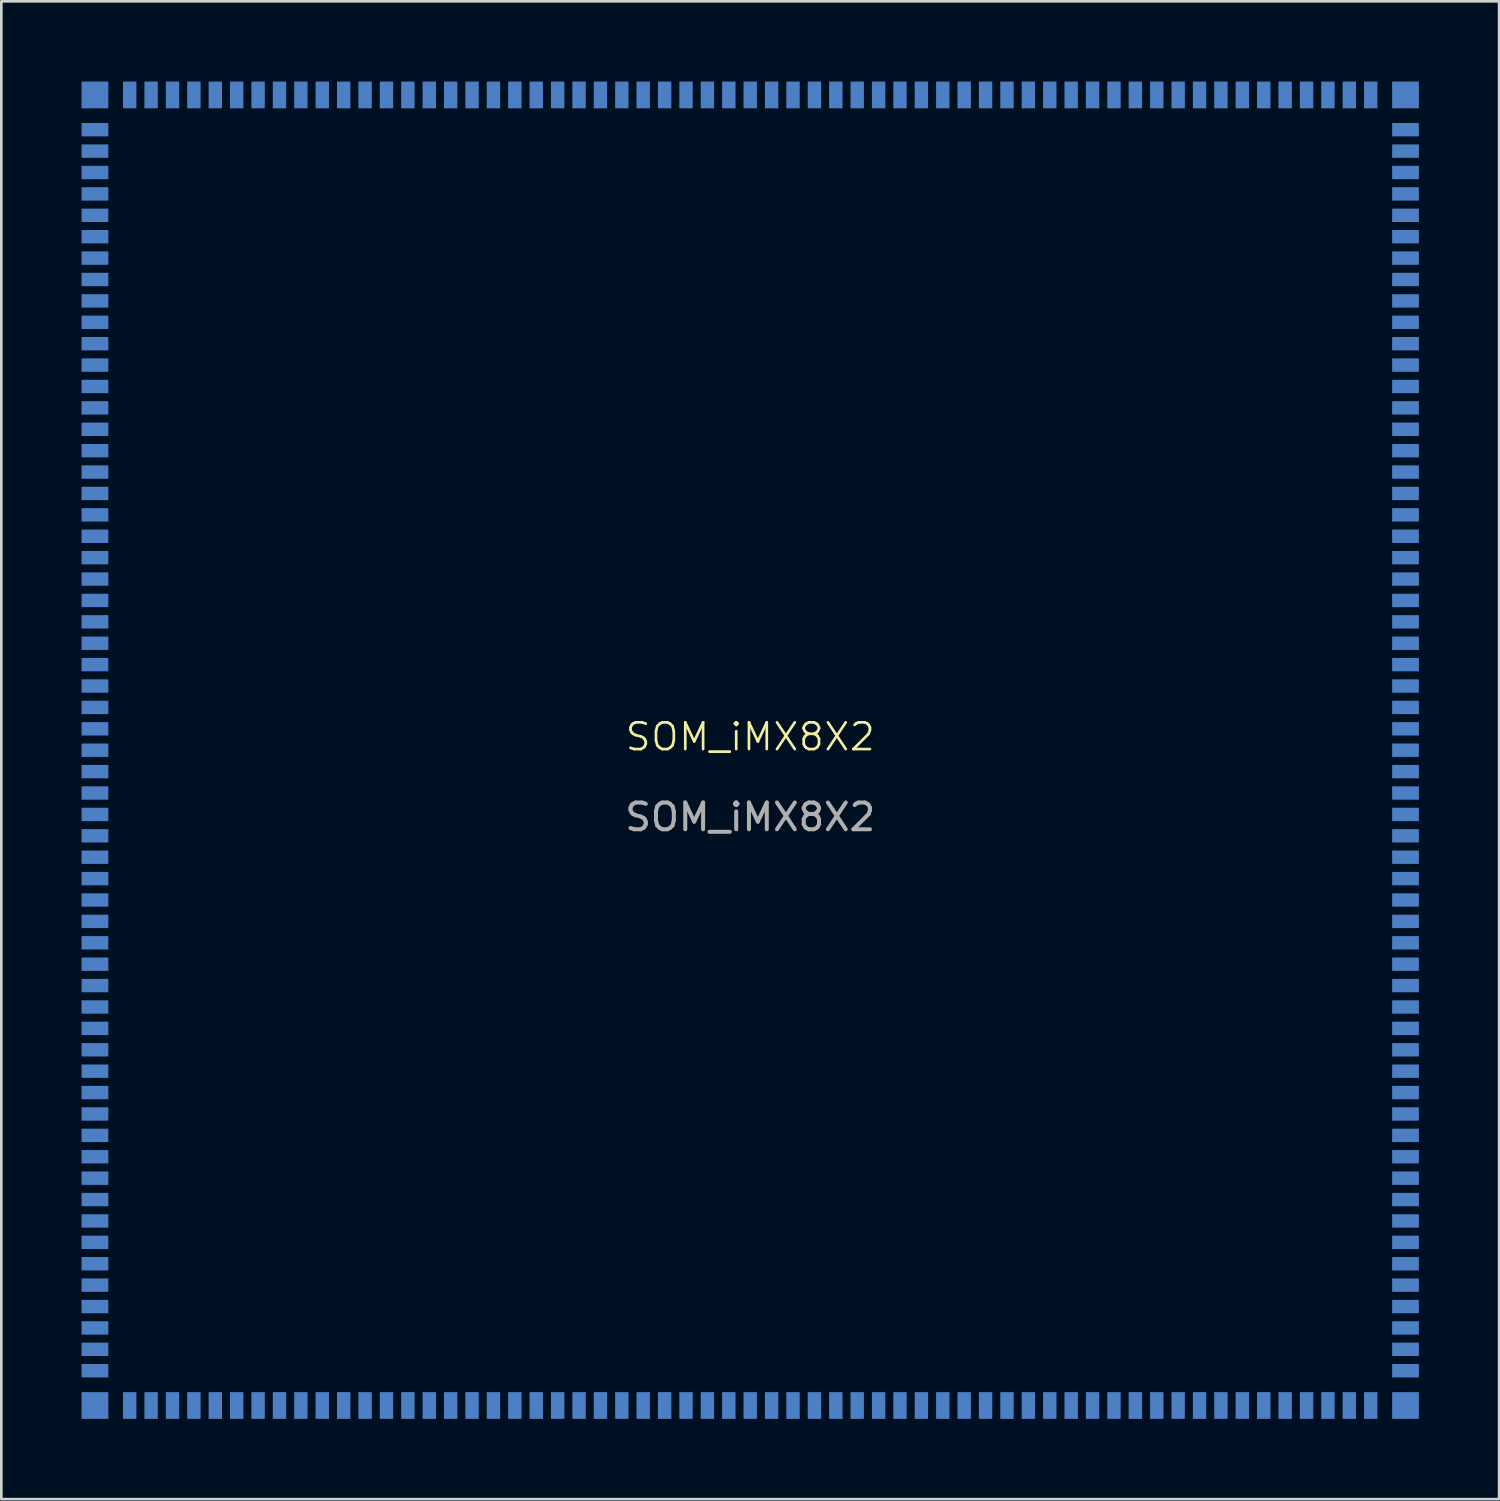
<source format=kicad_pcb>
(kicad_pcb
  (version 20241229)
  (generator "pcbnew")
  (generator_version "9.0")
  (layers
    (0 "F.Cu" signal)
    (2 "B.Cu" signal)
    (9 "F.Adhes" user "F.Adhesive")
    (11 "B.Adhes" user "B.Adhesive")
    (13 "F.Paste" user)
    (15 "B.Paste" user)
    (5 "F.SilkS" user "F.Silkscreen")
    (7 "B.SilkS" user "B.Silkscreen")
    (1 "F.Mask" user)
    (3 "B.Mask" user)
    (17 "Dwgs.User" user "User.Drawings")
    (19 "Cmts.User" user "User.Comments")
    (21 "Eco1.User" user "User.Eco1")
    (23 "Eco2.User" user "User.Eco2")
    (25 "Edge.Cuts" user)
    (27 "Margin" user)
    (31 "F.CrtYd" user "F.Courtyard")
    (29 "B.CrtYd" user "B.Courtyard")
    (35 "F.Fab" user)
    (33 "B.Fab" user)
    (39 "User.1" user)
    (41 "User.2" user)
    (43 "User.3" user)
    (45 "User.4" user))
  (footprint "SOM_iMX8X2"
    (layer "F.Cu")
    (at 25 25)
    (property "Reference" "SOM_iMX8X2" (at 0 -0.5 0) (unlocked yes) (layer "F.SilkS") (effects (font (size 1 1) (thickness 0.1))))
    (attr smd)
    (fp_text user "${REFERENCE}" (at 0 2.5 0) (unlocked yes) (layer "F.Fab") (effects (font (size 1 1) (thickness 0.15))))
    (pad "1" smd rect (at -24.5 -24.5) (size 1 1) (layers "B.Cu" "B.Mask"))
    (pad "2" smd rect (at -24.5 -23.2) (size 1 0.5) (layers "B.Cu" "B.Mask"))
    (pad "3" smd rect (at -24.5 -22.4) (size 1 0.5) (layers "B.Cu" "B.Mask"))
    (pad "4" smd rect (at -24.5 -21.6) (size 1 0.5) (layers "B.Cu" "B.Mask"))
    (pad "5" smd rect (at -24.5 -20.8) (size 1 0.5) (layers "B.Cu" "B.Mask"))
    (pad "6" smd rect (at -24.5 -20) (size 1 0.5) (layers "B.Cu" "B.Mask"))
    (pad "7" smd rect (at -24.5 -19.2) (size 1 0.5) (layers "B.Cu" "B.Mask"))
    (pad "8" smd rect (at -24.5 -18.4) (size 1 0.5) (layers "B.Cu" "B.Mask"))
    (pad "9" smd rect (at -24.5 -17.6) (size 1 0.5) (layers "B.Cu" "B.Mask"))
    (pad "10" smd rect (at -24.5 -16.8) (size 1 0.5) (layers "B.Cu" "B.Mask"))
    (pad "11" smd rect (at -24.5 -16) (size 1 0.5) (layers "B.Cu" "B.Mask"))
    (pad "12" smd rect (at -24.5 -15.2) (size 1 0.5) (layers "B.Cu" "B.Mask"))
    (pad "13" smd rect (at -24.5 -14.4) (size 1 0.5) (layers "B.Cu" "B.Mask"))
    (pad "14" smd rect (at -24.5 -13.6) (size 1 0.5) (layers "B.Cu" "B.Mask"))
    (pad "15" smd rect (at -24.5 -12.8) (size 1 0.5) (layers "B.Cu" "B.Mask"))
    (pad "16" smd rect (at -24.5 -12) (size 1 0.5) (layers "B.Cu" "B.Mask"))
    (pad "17" smd rect (at -24.5 -11.2) (size 1 0.5) (layers "B.Cu" "B.Mask"))
    (pad "18" smd rect (at -24.5 -10.4) (size 1 0.5) (layers "B.Cu" "B.Mask"))
    (pad "19" smd rect (at -24.5 -9.6) (size 1 0.5) (layers "B.Cu" "B.Mask"))
    (pad "20" smd rect (at -24.5 -8.8) (size 1 0.5) (layers "B.Cu" "B.Mask"))
    (pad "21" smd rect (at -24.5 -8) (size 1 0.5) (layers "B.Cu" "B.Mask"))
    (pad "22" smd rect (at -24.5 -7.2) (size 1 0.5) (layers "B.Cu" "B.Mask"))
    (pad "23" smd rect (at -24.5 -6.4) (size 1 0.5) (layers "B.Cu" "B.Mask"))
    (pad "24" smd rect (at -24.5 -5.6) (size 1 0.5) (layers "B.Cu" "B.Mask"))
    (pad "25" smd rect (at -24.5 -4.8) (size 1 0.5) (layers "B.Cu" "B.Mask"))
    (pad "26" smd rect (at -24.5 -4) (size 1 0.5) (layers "B.Cu" "B.Mask"))
    (pad "27" smd rect (at -24.5 -3.2) (size 1 0.5) (layers "B.Cu" "B.Mask"))
    (pad "28" smd rect (at -24.5 -2.4) (size 1 0.5) (layers "B.Cu" "B.Mask"))
    (pad "29" smd rect (at -24.5 -1.6) (size 1 0.5) (layers "B.Cu" "B.Mask"))
    (pad "30" smd rect (at -24.5 -0.8) (size 1 0.5) (layers "B.Cu" "B.Mask"))
    (pad "31" smd rect (at -24.5 0) (size 1 0.5) (layers "B.Cu" "B.Mask"))
    (pad "32" smd rect (at -24.5 0.8) (size 1 0.5) (layers "B.Cu" "B.Mask"))
    (pad "33" smd rect (at -24.5 1.6) (size 1 0.5) (layers "B.Cu" "B.Mask"))
    (pad "34" smd rect (at -24.5 2.4) (size 1 0.5) (layers "B.Cu" "B.Mask"))
    (pad "35" smd rect (at -24.5 3.2) (size 1 0.5) (layers "B.Cu" "B.Mask"))
    (pad "36" smd rect (at -24.5 4) (size 1 0.5) (layers "B.Cu" "B.Mask"))
    (pad "37" smd rect (at -24.5 4.8) (size 1 0.5) (layers "B.Cu" "B.Mask"))
    (pad "38" smd rect (at -24.5 5.6) (size 1 0.5) (layers "B.Cu" "B.Mask"))
    (pad "39" smd rect (at -24.5 6.4) (size 1 0.5) (layers "B.Cu" "B.Mask"))
    (pad "40" smd rect (at -24.5 7.2) (size 1 0.5) (layers "B.Cu" "B.Mask"))
    (pad "41" smd rect (at -24.5 8) (size 1 0.5) (layers "B.Cu" "B.Mask"))
    (pad "42" smd rect (at -24.5 8.8) (size 1 0.5) (layers "B.Cu" "B.Mask"))
    (pad "43" smd rect (at -24.5 9.6) (size 1 0.5) (layers "B.Cu" "B.Mask"))
    (pad "44" smd rect (at -24.5 10.4) (size 1 0.5) (layers "B.Cu" "B.Mask"))
    (pad "45" smd rect (at -24.5 11.2) (size 1 0.5) (layers "B.Cu" "B.Mask"))
    (pad "46" smd rect (at -24.5 12) (size 1 0.5) (layers "B.Cu" "B.Mask"))
    (pad "47" smd rect (at -24.5 12.8) (size 1 0.5) (layers "B.Cu" "B.Mask"))
    (pad "48" smd rect (at -24.5 13.6) (size 1 0.5) (layers "B.Cu" "B.Mask"))
    (pad "49" smd rect (at -24.5 14.4) (size 1 0.5) (layers "B.Cu" "B.Mask"))
    (pad "50" smd rect (at -24.5 15.2) (size 1 0.5) (layers "B.Cu" "B.Mask"))
    (pad "51" smd rect (at -24.5 16) (size 1 0.5) (layers "B.Cu" "B.Mask"))
    (pad "52" smd rect (at -24.5 16.8) (size 1 0.5) (layers "B.Cu" "B.Mask"))
    (pad "53" smd rect (at -24.5 17.6) (size 1 0.5) (layers "B.Cu" "B.Mask"))
    (pad "54" smd rect (at -24.5 18.4) (size 1 0.5) (layers "B.Cu" "B.Mask"))
    (pad "55" smd rect (at -24.5 19.2) (size 1 0.5) (layers "B.Cu" "B.Mask"))
    (pad "56" smd rect (at -24.5 20) (size 1 0.5) (layers "B.Cu" "B.Mask"))
    (pad "57" smd rect (at -24.5 20.8) (size 1 0.5) (layers "B.Cu" "B.Mask"))
    (pad "58" smd rect (at -24.5 21.6) (size 1 0.5) (layers "B.Cu" "B.Mask"))
    (pad "59" smd rect (at -24.5 22.4) (size 1 0.5) (layers "B.Cu" "B.Mask"))
    (pad "60" smd rect (at -24.5 23.2) (size 1 0.5) (layers "B.Cu" "B.Mask"))
    (pad "61" smd rect (at -24.5 24.5) (size 1 1) (layers "B.Cu" "B.Mask"))
    (pad "62" smd rect (at -23.2 24.5) (size 0.5 1) (layers "B.Cu" "B.Mask"))
    (pad "63" smd rect (at -22.4 24.5) (size 0.5 1) (layers "B.Cu" "B.Mask"))
    (pad "64" smd rect (at -21.6 24.5) (size 0.5 1) (layers "B.Cu" "B.Mask"))
    (pad "65" smd rect (at -20.8 24.5) (size 0.5 1) (layers "B.Cu" "B.Mask"))
    (pad "66" smd rect (at -20 24.5) (size 0.5 1) (layers "B.Cu" "B.Mask"))
    (pad "67" smd rect (at -19.2 24.5) (size 0.5 1) (layers "B.Cu" "B.Mask"))
    (pad "68" smd rect (at -18.4 24.5) (size 0.5 1) (layers "B.Cu" "B.Mask"))
    (pad "69" smd rect (at -17.6 24.5) (size 0.5 1) (layers "B.Cu" "B.Mask"))
    (pad "70" smd rect (at -16.8 24.5) (size 0.5 1) (layers "B.Cu" "B.Mask"))
    (pad "71" smd rect (at -16 24.5) (size 0.5 1) (layers "B.Cu" "B.Mask"))
    (pad "72" smd rect (at -15.2 24.5) (size 0.5 1) (layers "B.Cu" "B.Mask"))
    (pad "73" smd rect (at -14.4 24.5) (size 0.5 1) (layers "B.Cu" "B.Mask"))
    (pad "74" smd rect (at -13.6 24.5) (size 0.5 1) (layers "B.Cu" "B.Mask"))
    (pad "75" smd rect (at -12.8 24.5) (size 0.5 1) (layers "B.Cu" "B.Mask"))
    (pad "76" smd rect (at -12 24.5) (size 0.5 1) (layers "B.Cu" "B.Mask"))
    (pad "77" smd rect (at -11.2 24.5) (size 0.5 1) (layers "B.Cu" "B.Mask"))
    (pad "78" smd rect (at -10.4 24.5) (size 0.5 1) (layers "B.Cu" "B.Mask"))
    (pad "79" smd rect (at -9.6 24.5) (size 0.5 1) (layers "B.Cu" "B.Mask"))
    (pad "80" smd rect (at -8.8 24.5) (size 0.5 1) (layers "B.Cu" "B.Mask"))
    (pad "81" smd rect (at -8 24.5) (size 0.5 1) (layers "B.Cu" "B.Mask"))
    (pad "82" smd rect (at -7.2 24.5) (size 0.5 1) (layers "B.Cu" "B.Mask"))
    (pad "83" smd rect (at -6.4 24.5) (size 0.5 1) (layers "B.Cu" "B.Mask"))
    (pad "84" smd rect (at -5.6 24.5) (size 0.5 1) (layers "B.Cu" "B.Mask"))
    (pad "85" smd rect (at -4.8 24.5) (size 0.5 1) (layers "B.Cu" "B.Mask"))
    (pad "86" smd rect (at -4 24.5) (size 0.5 1) (layers "B.Cu" "B.Mask"))
    (pad "87" smd rect (at -3.2 24.5) (size 0.5 1) (layers "B.Cu" "B.Mask"))
    (pad "88" smd rect (at -2.4 24.5) (size 0.5 1) (layers "B.Cu" "B.Mask"))
    (pad "89" smd rect (at -1.6 24.5) (size 0.5 1) (layers "B.Cu" "B.Mask"))
    (pad "90" smd rect (at -0.8 24.5) (size 0.5 1) (layers "B.Cu" "B.Mask"))
    (pad "91" smd rect (at 0 24.5) (size 0.5 1) (layers "B.Cu" "B.Mask"))
    (pad "92" smd rect (at 0.8 24.5) (size 0.5 1) (layers "B.Cu" "B.Mask"))
    (pad "93" smd rect (at 1.6 24.5) (size 0.5 1) (layers "B.Cu" "B.Mask"))
    (pad "94" smd rect (at 2.4 24.5) (size 0.5 1) (layers "B.Cu" "B.Mask"))
    (pad "95" smd rect (at 3.2 24.5) (size 0.5 1) (layers "B.Cu" "B.Mask"))
    (pad "96" smd rect (at 4 24.5) (size 0.5 1) (layers "B.Cu" "B.Mask"))
    (pad "97" smd rect (at 4.8 24.5) (size 0.5 1) (layers "B.Cu" "B.Mask"))
    (pad "98" smd rect (at 5.6 24.5) (size 0.5 1) (layers "B.Cu" "B.Mask"))
    (pad "99" smd rect (at 6.4 24.5) (size 0.5 1) (layers "B.Cu" "B.Mask"))
    (pad "100" smd rect (at 7.2 24.5) (size 0.5 1) (layers "B.Cu" "B.Mask"))
    (pad "101" smd rect (at 8 24.5) (size 0.5 1) (layers "B.Cu" "B.Mask"))
    (pad "102" smd rect (at 8.8 24.5) (size 0.5 1) (layers "B.Cu" "B.Mask"))
    (pad "103" smd rect (at 9.6 24.5) (size 0.5 1) (layers "B.Cu" "B.Mask"))
    (pad "104" smd rect (at 10.4 24.5) (size 0.5 1) (layers "B.Cu" "B.Mask"))
    (pad "105" smd rect (at 11.2 24.5) (size 0.5 1) (layers "B.Cu" "B.Mask"))
    (pad "106" smd rect (at 12 24.5) (size 0.5 1) (layers "B.Cu" "B.Mask"))
    (pad "107" smd rect (at 12.8 24.5) (size 0.5 1) (layers "B.Cu" "B.Mask"))
    (pad "108" smd rect (at 13.6 24.5) (size 0.5 1) (layers "B.Cu" "B.Mask"))
    (pad "109" smd rect (at 14.4 24.5) (size 0.5 1) (layers "B.Cu" "B.Mask"))
    (pad "110" smd rect (at 15.2 24.5) (size 0.5 1) (layers "B.Cu" "B.Mask"))
    (pad "111" smd rect (at 16 24.5) (size 0.5 1) (layers "B.Cu" "B.Mask"))
    (pad "112" smd rect (at 16.8 24.5) (size 0.5 1) (layers "B.Cu" "B.Mask"))
    (pad "113" smd rect (at 17.6 24.5) (size 0.5 1) (layers "B.Cu" "B.Mask"))
    (pad "114" smd rect (at 18.4 24.5) (size 0.5 1) (layers "B.Cu" "B.Mask"))
    (pad "115" smd rect (at 19.2 24.5) (size 0.5 1) (layers "B.Cu" "B.Mask"))
    (pad "116" smd rect (at 20 24.5) (size 0.5 1) (layers "B.Cu" "B.Mask"))
    (pad "117" smd rect (at 20.8 24.5) (size 0.5 1) (layers "B.Cu" "B.Mask"))
    (pad "118" smd rect (at 21.6 24.5) (size 0.5 1) (layers "B.Cu" "B.Mask"))
    (pad "119" smd rect (at 22.4 24.5) (size 0.5 1) (layers "B.Cu" "B.Mask"))
    (pad "120" smd rect (at 23.2 24.5) (size 0.5 1) (layers "B.Cu" "B.Mask"))
    (pad "121" smd rect (at 24.5 24.5) (size 1 1) (layers "B.Cu" "B.Mask"))
    (pad "122" smd rect (at 24.5 23.2) (size 1 0.5) (layers "B.Cu" "B.Mask"))
    (pad "123" smd rect (at 24.5 22.4) (size 1 0.5) (layers "B.Cu" "B.Mask"))
    (pad "124" smd rect (at 24.5 21.6) (size 1 0.5) (layers "B.Cu" "B.Mask"))
    (pad "125" smd rect (at 24.5 20.8) (size 1 0.5) (layers "B.Cu" "B.Mask"))
    (pad "126" smd rect (at 24.5 20) (size 1 0.5) (layers "B.Cu" "B.Mask"))
    (pad "127" smd rect (at 24.5 19.2) (size 1 0.5) (layers "B.Cu" "B.Mask"))
    (pad "128" smd rect (at 24.5 18.4) (size 1 0.5) (layers "B.Cu" "B.Mask"))
    (pad "129" smd rect (at 24.5 17.6) (size 1 0.5) (layers "B.Cu" "B.Mask"))
    (pad "130" smd rect (at 24.5 16.8) (size 1 0.5) (layers "B.Cu" "B.Mask"))
    (pad "131" smd rect (at 24.5 16) (size 1 0.5) (layers "B.Cu" "B.Mask"))
    (pad "132" smd rect (at 24.5 15.2) (size 1 0.5) (layers "B.Cu" "B.Mask"))
    (pad "133" smd rect (at 24.5 14.4) (size 1 0.5) (layers "B.Cu" "B.Mask"))
    (pad "134" smd rect (at 24.5 13.6) (size 1 0.5) (layers "B.Cu" "B.Mask"))
    (pad "135" smd rect (at 24.5 12.8) (size 1 0.5) (layers "B.Cu" "B.Mask"))
    (pad "136" smd rect (at 24.5 12) (size 1 0.5) (layers "B.Cu" "B.Mask"))
    (pad "137" smd rect (at 24.5 11.2) (size 1 0.5) (layers "B.Cu" "B.Mask"))
    (pad "138" smd rect (at 24.5 10.4) (size 1 0.5) (layers "B.Cu" "B.Mask"))
    (pad "139" smd rect (at 24.5 9.6) (size 1 0.5) (layers "B.Cu" "B.Mask"))
    (pad "140" smd rect (at 24.5 8.8) (size 1 0.5) (layers "B.Cu" "B.Mask"))
    (pad "141" smd rect (at 24.5 8) (size 1 0.5) (layers "B.Cu" "B.Mask"))
    (pad "142" smd rect (at 24.5 7.2) (size 1 0.5) (layers "B.Cu" "B.Mask"))
    (pad "143" smd rect (at 24.5 6.4) (size 1 0.5) (layers "B.Cu" "B.Mask"))
    (pad "144" smd rect (at 24.5 5.6) (size 1 0.5) (layers "B.Cu" "B.Mask"))
    (pad "145" smd rect (at 24.5 4.8) (size 1 0.5) (layers "B.Cu" "B.Mask"))
    (pad "146" smd rect (at 24.5 4) (size 1 0.5) (layers "B.Cu" "B.Mask"))
    (pad "147" smd rect (at 24.5 3.2) (size 1 0.5) (layers "B.Cu" "B.Mask"))
    (pad "148" smd rect (at 24.5 2.4) (size 1 0.5) (layers "B.Cu" "B.Mask"))
    (pad "149" smd rect (at 24.5 1.6) (size 1 0.5) (layers "B.Cu" "B.Mask"))
    (pad "150" smd rect (at 24.5 0.8) (size 1 0.5) (layers "B.Cu" "B.Mask"))
    (pad "151" smd rect (at 24.5 0) (size 1 0.5) (layers "B.Cu" "B.Mask"))
    (pad "152" smd rect (at 24.5 -0.8) (size 1 0.5) (layers "B.Cu" "B.Mask"))
    (pad "153" smd rect (at 24.5 -1.6) (size 1 0.5) (layers "B.Cu" "B.Mask"))
    (pad "154" smd rect (at 24.5 -2.4) (size 1 0.5) (layers "B.Cu" "B.Mask"))
    (pad "155" smd rect (at 24.5 -3.2) (size 1 0.5) (layers "B.Cu" "B.Mask"))
    (pad "156" smd rect (at 24.5 -4) (size 1 0.5) (layers "B.Cu" "B.Mask"))
    (pad "157" smd rect (at 24.5 -4.8) (size 1 0.5) (layers "B.Cu" "B.Mask"))
    (pad "158" smd rect (at 24.5 -5.6) (size 1 0.5) (layers "B.Cu" "B.Mask"))
    (pad "159" smd rect (at 24.5 -6.4) (size 1 0.5) (layers "B.Cu" "B.Mask"))
    (pad "160" smd rect (at 24.5 -7.2) (size 1 0.5) (layers "B.Cu" "B.Mask"))
    (pad "161" smd rect (at 24.5 -8) (size 1 0.5) (layers "B.Cu" "B.Mask"))
    (pad "162" smd rect (at 24.5 -8.8) (size 1 0.5) (layers "B.Cu" "B.Mask"))
    (pad "163" smd rect (at 24.5 -9.6) (size 1 0.5) (layers "B.Cu" "B.Mask"))
    (pad "164" smd rect (at 24.5 -10.4) (size 1 0.5) (layers "B.Cu" "B.Mask"))
    (pad "165" smd rect (at 24.5 -11.2) (size 1 0.5) (layers "B.Cu" "B.Mask"))
    (pad "166" smd rect (at 24.5 -12) (size 1 0.5) (layers "B.Cu" "B.Mask"))
    (pad "167" smd rect (at 24.5 -12.8) (size 1 0.5) (layers "B.Cu" "B.Mask"))
    (pad "168" smd rect (at 24.5 -13.6) (size 1 0.5) (layers "B.Cu" "B.Mask"))
    (pad "169" smd rect (at 24.5 -14.4) (size 1 0.5) (layers "B.Cu" "B.Mask"))
    (pad "170" smd rect (at 24.5 -15.2) (size 1 0.5) (layers "B.Cu" "B.Mask"))
    (pad "171" smd rect (at 24.5 -16) (size 1 0.5) (layers "B.Cu" "B.Mask"))
    (pad "172" smd rect (at 24.5 -16.8) (size 1 0.5) (layers "B.Cu" "B.Mask"))
    (pad "173" smd rect (at 24.5 -17.6) (size 1 0.5) (layers "B.Cu" "B.Mask"))
    (pad "174" smd rect (at 24.5 -18.4) (size 1 0.5) (layers "B.Cu" "B.Mask"))
    (pad "175" smd rect (at 24.5 -19.2) (size 1 0.5) (layers "B.Cu" "B.Mask"))
    (pad "176" smd rect (at 24.5 -20) (size 1 0.5) (layers "B.Cu" "B.Mask"))
    (pad "177" smd rect (at 24.5 -20.8) (size 1 0.5) (layers "B.Cu" "B.Mask"))
    (pad "178" smd rect (at 24.5 -21.6) (size 1 0.5) (layers "B.Cu" "B.Mask"))
    (pad "179" smd rect (at 24.5 -22.4) (size 1 0.5) (layers "B.Cu" "B.Mask"))
    (pad "180" smd rect (at 24.5 -23.2) (size 1 0.5) (layers "B.Cu" "B.Mask"))
    (pad "181" smd rect (at 24.5 -24.5) (size 1 1) (layers "B.Cu" "B.Mask"))
    (pad "182" smd rect (at 23.2 -24.5) (size 0.5 1) (layers "B.Cu" "B.Mask"))
    (pad "183" smd rect (at 22.4 -24.5) (size 0.5 1) (layers "B.Cu" "B.Mask"))
    (pad "184" smd rect (at 21.6 -24.5) (size 0.5 1) (layers "B.Cu" "B.Mask"))
    (pad "185" smd rect (at 20.8 -24.5) (size 0.5 1) (layers "B.Cu" "B.Mask"))
    (pad "186" smd rect (at 20 -24.5) (size 0.5 1) (layers "B.Cu" "B.Mask"))
    (pad "187" smd rect (at 19.2 -24.5) (size 0.5 1) (layers "B.Cu" "B.Mask"))
    (pad "188" smd rect (at 18.4 -24.5) (size 0.5 1) (layers "B.Cu" "B.Mask"))
    (pad "189" smd rect (at 17.6 -24.5) (size 0.5 1) (layers "B.Cu" "B.Mask"))
    (pad "190" smd rect (at 16.8 -24.5) (size 0.5 1) (layers "B.Cu" "B.Mask"))
    (pad "191" smd rect (at 16 -24.5) (size 0.5 1) (layers "B.Cu" "B.Mask"))
    (pad "192" smd rect (at 15.2 -24.5) (size 0.5 1) (layers "B.Cu" "B.Mask"))
    (pad "193" smd rect (at 14.4 -24.5) (size 0.5 1) (layers "B.Cu" "B.Mask"))
    (pad "194" smd rect (at 13.6 -24.5) (size 0.5 1) (layers "B.Cu" "B.Mask"))
    (pad "195" smd rect (at 12.8 -24.5) (size 0.5 1) (layers "B.Cu" "B.Mask"))
    (pad "196" smd rect (at 12 -24.5) (size 0.5 1) (layers "B.Cu" "B.Mask"))
    (pad "197" smd rect (at 11.2 -24.5) (size 0.5 1) (layers "B.Cu" "B.Mask"))
    (pad "198" smd rect (at 10.4 -24.5) (size 0.5 1) (layers "B.Cu" "B.Mask"))
    (pad "199" smd rect (at 9.6 -24.5) (size 0.5 1) (layers "B.Cu" "B.Mask"))
    (pad "200" smd rect (at 8.8 -24.5) (size 0.5 1) (layers "B.Cu" "B.Mask"))
    (pad "201" smd rect (at 8 -24.5) (size 0.5 1) (layers "B.Cu" "B.Mask"))
    (pad "202" smd rect (at 7.2 -24.5) (size 0.5 1) (layers "B.Cu" "B.Mask"))
    (pad "203" smd rect (at 6.4 -24.5) (size 0.5 1) (layers "B.Cu" "B.Mask"))
    (pad "204" smd rect (at 5.6 -24.5) (size 0.5 1) (layers "B.Cu" "B.Mask"))
    (pad "205" smd rect (at 4.8 -24.5) (size 0.5 1) (layers "B.Cu" "B.Mask"))
    (pad "206" smd rect (at 4 -24.5) (size 0.5 1) (layers "B.Cu" "B.Mask"))
    (pad "207" smd rect (at 3.2 -24.5) (size 0.5 1) (layers "B.Cu" "B.Mask"))
    (pad "208" smd rect (at 2.4 -24.5) (size 0.5 1) (layers "B.Cu" "B.Mask"))
    (pad "209" smd rect (at 1.6 -24.5) (size 0.5 1) (layers "B.Cu" "B.Mask"))
    (pad "210" smd rect (at 0.8 -24.5) (size 0.5 1) (layers "B.Cu" "B.Mask"))
    (pad "211" smd rect (at 0 -24.5) (size 0.5 1) (layers "B.Cu" "B.Mask"))
    (pad "212" smd rect (at -0.8 -24.5) (size 0.5 1) (layers "B.Cu" "B.Mask"))
    (pad "213" smd rect (at -1.6 -24.5) (size 0.5 1) (layers "B.Cu" "B.Mask"))
    (pad "214" smd rect (at -2.4 -24.5) (size 0.5 1) (layers "B.Cu" "B.Mask"))
    (pad "215" smd rect (at -3.2 -24.5) (size 0.5 1) (layers "B.Cu" "B.Mask"))
    (pad "216" smd rect (at -4 -24.5) (size 0.5 1) (layers "B.Cu" "B.Mask"))
    (pad "217" smd rect (at -4.8 -24.5) (size 0.5 1) (layers "B.Cu" "B.Mask"))
    (pad "218" smd rect (at -5.6 -24.5) (size 0.5 1) (layers "B.Cu" "B.Mask"))
    (pad "219" smd rect (at -6.4 -24.5) (size 0.5 1) (layers "B.Cu" "B.Mask"))
    (pad "220" smd rect (at -7.2 -24.5) (size 0.5 1) (layers "B.Cu" "B.Mask"))
    (pad "221" smd rect (at -8 -24.5) (size 0.5 1) (layers "B.Cu" "B.Mask"))
    (pad "222" smd rect (at -8.8 -24.5) (size 0.5 1) (layers "B.Cu" "B.Mask"))
    (pad "223" smd rect (at -9.6 -24.5) (size 0.5 1) (layers "B.Cu" "B.Mask"))
    (pad "224" smd rect (at -10.4 -24.5) (size 0.5 1) (layers "B.Cu" "B.Mask"))
    (pad "225" smd rect (at -11.2 -24.5) (size 0.5 1) (layers "B.Cu" "B.Mask"))
    (pad "226" smd rect (at -12 -24.5) (size 0.5 1) (layers "B.Cu" "B.Mask"))
    (pad "227" smd rect (at -12.8 -24.5) (size 0.5 1) (layers "B.Cu" "B.Mask"))
    (pad "228" smd rect (at -13.6 -24.5) (size 0.5 1) (layers "B.Cu" "B.Mask"))
    (pad "229" smd rect (at -14.4 -24.5) (size 0.5 1) (layers "B.Cu" "B.Mask"))
    (pad "230" smd rect (at -15.2 -24.5) (size 0.5 1) (layers "B.Cu" "B.Mask"))
    (pad "231" smd rect (at -16 -24.5) (size 0.5 1) (layers "B.Cu" "B.Mask"))
    (pad "232" smd rect (at -16.8 -24.5) (size 0.5 1) (layers "B.Cu" "B.Mask"))
    (pad "233" smd rect (at -17.6 -24.5) (size 0.5 1) (layers "B.Cu" "B.Mask"))
    (pad "234" smd rect (at -18.4 -24.5) (size 0.5 1) (layers "B.Cu" "B.Mask"))
    (pad "235" smd rect (at -19.2 -24.5) (size 0.5 1) (layers "B.Cu" "B.Mask"))
    (pad "236" smd rect (at -20 -24.5) (size 0.5 1) (layers "B.Cu" "B.Mask"))
    (pad "237" smd rect (at -20.8 -24.5) (size 0.5 1) (layers "B.Cu" "B.Mask"))
    (pad "238" smd rect (at -21.6 -24.5) (size 0.5 1) (layers "B.Cu" "B.Mask"))
    (pad "239" smd rect (at -22.4 -24.5) (size 0.5 1) (layers "B.Cu" "B.Mask"))
    (pad "240" smd rect (at -23.2 -24.5) (size 0.5 1) (layers "B.Cu" "B.Mask")))
  (gr_rect
    (start -3 -3)
    (end 53 53)
    (stroke (width 0.1) (type default))
    (fill no)
    (layer "Edge.Cuts")))
</source>
